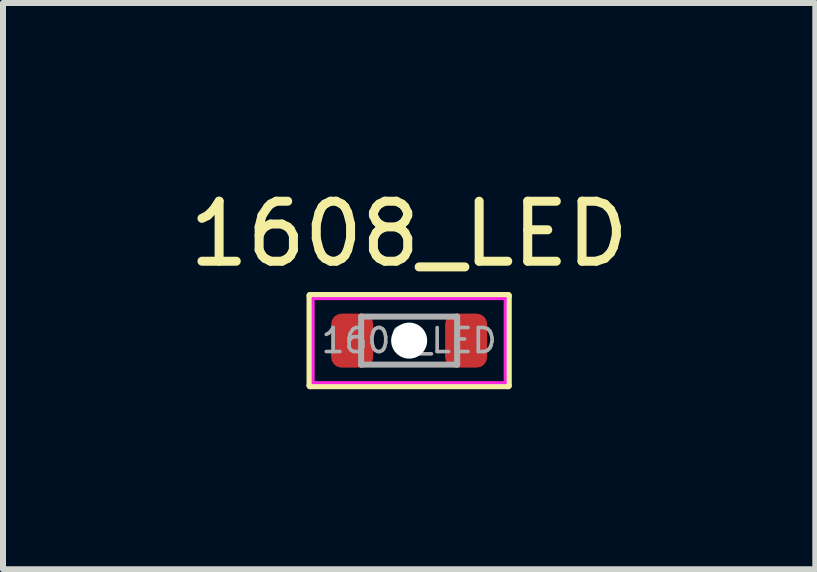
<source format=kicad_pcb>
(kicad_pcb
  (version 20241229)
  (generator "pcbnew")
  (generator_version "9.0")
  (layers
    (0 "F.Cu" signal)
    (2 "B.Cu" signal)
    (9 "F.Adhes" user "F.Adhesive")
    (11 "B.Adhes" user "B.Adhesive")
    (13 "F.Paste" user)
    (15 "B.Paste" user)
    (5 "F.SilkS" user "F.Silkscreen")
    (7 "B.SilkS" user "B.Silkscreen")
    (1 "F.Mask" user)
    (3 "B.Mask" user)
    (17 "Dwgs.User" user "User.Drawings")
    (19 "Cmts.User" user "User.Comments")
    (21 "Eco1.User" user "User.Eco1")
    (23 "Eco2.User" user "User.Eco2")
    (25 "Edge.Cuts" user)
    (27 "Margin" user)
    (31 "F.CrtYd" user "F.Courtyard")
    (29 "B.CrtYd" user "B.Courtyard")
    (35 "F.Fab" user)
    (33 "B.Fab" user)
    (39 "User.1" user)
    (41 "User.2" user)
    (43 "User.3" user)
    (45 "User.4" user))
  (footprint "1608_LED"
    (layer "F.Cu")
    (at 3.768 2.626)
    (property "Reference" "1608_LED" (at 0 -1.778 0) (layer "F.SilkS") (effects (font (size 1 1) (thickness 0.15))))
    (attr smd)
    (fp_line (start -1.65 -0.75) (end -1.65 0.75) (stroke (width 0.12) (type solid)) (layer "F.SilkS"))
    (fp_line (start -1.65 -0.75) (end 1.65 -0.75) (stroke (width 0.12) (type solid)) (layer "F.SilkS"))
    (fp_line (start -1.65 0.75) (end 1.65 0.75) (stroke (width 0.12) (type solid)) (layer "F.SilkS"))
    (fp_line (start 1.65 -0.75) (end 1.65 0.75) (stroke (width 0.12) (type solid)) (layer "F.SilkS"))
    (fp_line (start -1.6 -0.7) (end 1.6 -0.7) (stroke (width 0.05) (type solid)) (layer "F.CrtYd"))
    (fp_line (start -1.6 0.7) (end -1.6 -0.7) (stroke (width 0.05) (type solid)) (layer "F.CrtYd"))
    (fp_line (start 1.6 -0.7) (end 1.6 0.7) (stroke (width 0.05) (type solid)) (layer "F.CrtYd"))
    (fp_line (start 1.6 0.7) (end -1.6 0.7) (stroke (width 0.05) (type solid)) (layer "F.CrtYd"))
    (fp_line (start -0.8 -0.4) (end 0.8 -0.4) (stroke (width 0.1) (type solid)) (layer "F.Fab"))
    (fp_line (start -0.8 0.4) (end -0.8 -0.4) (stroke (width 0.1) (type solid)) (layer "F.Fab"))
    (fp_line (start 0.8 -0.4) (end 0.8 0.4) (stroke (width 0.1) (type solid)) (layer "F.Fab"))
    (fp_line (start 0.8 0.4) (end -0.8 0.4) (stroke (width 0.1) (type solid)) (layer "F.Fab"))
    (fp_text user "${REFERENCE}" (at 0 0 0) (layer "F.Fab") (effects (font (size 0.4 0.4) (thickness 0.06))))
    (pad "" np_thru_hole circle (at 0 0) (size 0.6 0.6) (drill 0.6) (layers "*.Cu" "*.Mask"))
    (pad "1" smd roundrect (at -0.95 0) (size 0.7 0.9) (layers "F.Cu" "F.Mask" "F.Paste") (roundrect_rratio 0.25))
    (pad "2" smd roundrect (at 0.95 0) (size 0.7 0.9) (layers "F.Cu" "F.Mask" "F.Paste") (roundrect_rratio 0.25)))
  (gr_rect
    (start -3 -3)
    (end 10.536 6.436)
    (stroke (width 0.1) (type default))
    (fill no)
    (layer "Edge.Cuts")))
</source>
